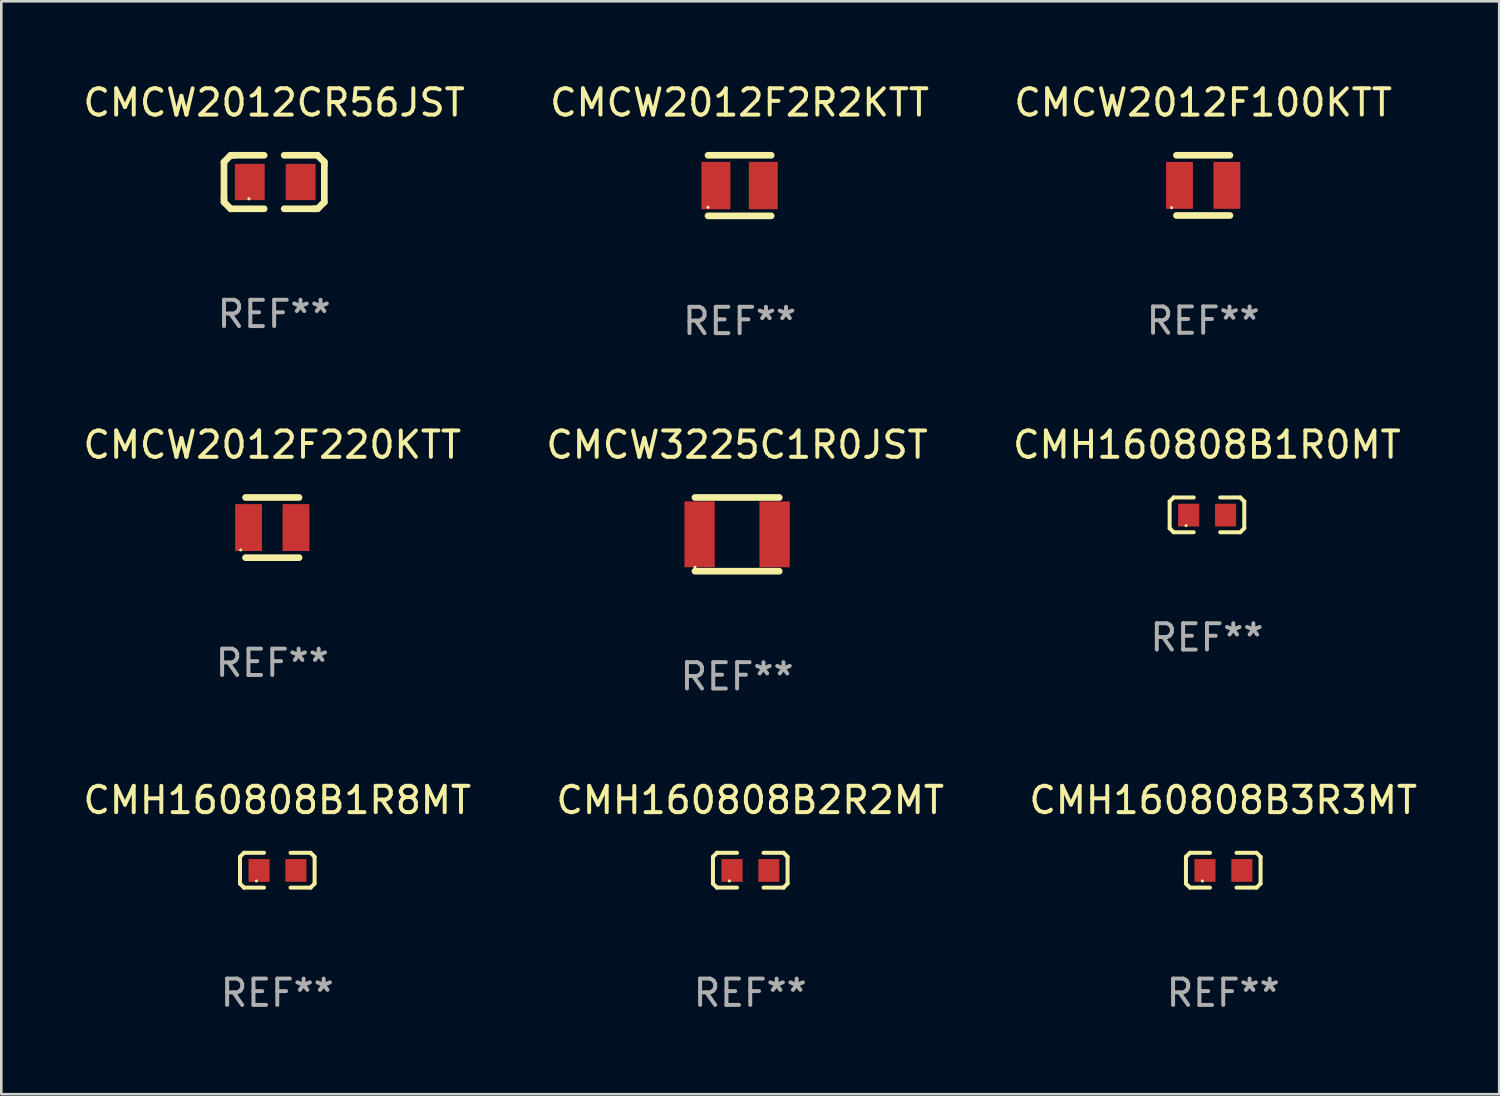
<source format=kicad_pcb>
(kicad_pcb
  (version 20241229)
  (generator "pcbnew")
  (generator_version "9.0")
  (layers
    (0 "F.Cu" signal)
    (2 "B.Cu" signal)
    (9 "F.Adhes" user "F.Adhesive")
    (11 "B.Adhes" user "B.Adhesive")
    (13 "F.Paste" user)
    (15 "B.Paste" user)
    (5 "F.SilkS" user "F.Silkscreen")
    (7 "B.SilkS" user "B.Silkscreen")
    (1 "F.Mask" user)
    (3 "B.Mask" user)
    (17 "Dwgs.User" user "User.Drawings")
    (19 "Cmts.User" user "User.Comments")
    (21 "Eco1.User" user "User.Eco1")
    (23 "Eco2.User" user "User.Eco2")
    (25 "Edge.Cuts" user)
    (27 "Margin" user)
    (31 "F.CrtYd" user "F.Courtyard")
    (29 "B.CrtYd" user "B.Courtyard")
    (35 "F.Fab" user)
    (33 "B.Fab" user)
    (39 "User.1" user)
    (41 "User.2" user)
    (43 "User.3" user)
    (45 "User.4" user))
  (footprint "CMCW3225C1R0JST"
    (layer "F.Cu")
    (at 24.946 17.245)
    (property "Reference" "CMCW3225C1R0JST" (at 0 -3.4 0) (layer "F.SilkS") (effects (font (size 1 1) (thickness 0.15))))
    (attr through_hole)
    (fp_line (start -1.6 -1.4) (end 1.6 -1.4) (stroke (width 0.254) (type solid)) (layer "F.SilkS"))
    (fp_line (start -1.6 1.4) (end 1.6 1.4) (stroke (width 0.254) (type solid)) (layer "F.SilkS"))
    (fp_circle (center -1.6 1.25) (end -1.57 1.25) (stroke (width 0.06) (type solid)) (fill no) (layer "F.SilkS"))
    (fp_text user "REF**" (at 0 5.4 0) (layer "F.Fab") (effects (font (size 1 1) (thickness 0.15))))
    (pad "1" smd rect (at -1.425 0 90) (size 2.5 1.15) (layers "F.Cu" "F.Mask" "F.Paste"))
    (pad "2" smd rect (at 1.425 0 90) (size 2.5 1.15) (layers "F.Cu" "F.Mask" "F.Paste")))
  (footprint "CMCW2012F220KTT"
    (layer "F.Cu")
    (at 7.292 16.988)
    (property "Reference" "CMCW2012F220KTT" (at 0 -3.143 0) (layer "F.SilkS") (effects (font (size 1 1) (thickness 0.15))))
    (attr through_hole)
    (fp_line (start -1.016 -1.143) (end 1.016 -1.143) (stroke (width 0.254) (type solid)) (layer "F.SilkS"))
    (fp_line (start -1.016 1.143) (end 1.016 1.143) (stroke (width 0.254) (type solid)) (layer "F.SilkS"))
    (fp_circle (center -1.2 0.85) (end -1.17 0.85) (stroke (width 0.06) (type solid)) (fill no) (layer "F.SilkS"))
    (fp_text user "REF**" (at 0 5.143 0) (layer "F.Fab") (effects (font (size 1 1) (thickness 0.15))))
    (pad "1" smd rect (at -0.9 0) (size 1.02 1.78) (layers "F.Cu" "F.Mask" "F.Paste"))
    (pad "2" smd rect (at 0.9 0) (size 1.02 1.78) (layers "F.Cu" "F.Mask" "F.Paste")))
  (footprint "CMH160808B1R8MT"
    (layer "F.Cu")
    (at 7.482 30.002)
    (property "Reference" "CMH160808B1R8MT" (at 0 -2.661 0) (layer "F.SilkS") (effects (font (size 1 1) (thickness 0.15))))
    (attr through_hole)
    (fp_line (start -1.417 -0.508) (end -1.265 -0.661) (stroke (width 0.152) (type solid)) (layer "F.SilkS"))
    (fp_line (start -1.417 0.508) (end -1.417 -0.508) (stroke (width 0.152) (type solid)) (layer "F.SilkS"))
    (fp_line (start -1.265 -0.661) (end -0.503 -0.661) (stroke (width 0.152) (type solid)) (layer "F.SilkS"))
    (fp_line (start -1.265 0.661) (end -1.417 0.508) (stroke (width 0.152) (type solid)) (layer "F.SilkS"))
    (fp_line (start -1.265 0.661) (end -0.503 0.661) (stroke (width 0.152) (type solid)) (layer "F.SilkS"))
    (fp_line (start 1.265 -0.661) (end 0.503 -0.661) (stroke (width 0.152) (type solid)) (layer "F.SilkS"))
    (fp_line (start 1.265 -0.661) (end 1.417 -0.508) (stroke (width 0.152) (type solid)) (layer "F.SilkS"))
    (fp_line (start 1.265 0.661) (end 0.503 0.661) (stroke (width 0.152) (type solid)) (layer "F.SilkS"))
    (fp_line (start 1.417 -0.508) (end 1.417 0.508) (stroke (width 0.152) (type solid)) (layer "F.SilkS"))
    (fp_line (start 1.417 0.508) (end 1.265 0.661) (stroke (width 0.152) (type solid)) (layer "F.SilkS"))
    (fp_circle (center -0.793 0.409) (end -0.763 0.409) (stroke (width 0.06) (type solid)) (fill no) (layer "F.SilkS"))
    (fp_text user "REF**" (at 0 4.661 0) (layer "F.Fab") (effects (font (size 1 1) (thickness 0.15))))
    (pad "1" smd rect (at -0.693 0.009 180) (size 0.8 0.864) (layers "F.Cu" "F.Mask" "F.Paste"))
    (pad "2" smd rect (at 0.707 0.009 180) (size 0.8 0.864) (layers "F.Cu" "F.Mask" "F.Paste")))
  (footprint "CMH160808B3R3MT"
    (layer "F.Cu")
    (at 43.411 30.002)
    (property "Reference" "CMH160808B3R3MT" (at 0 -2.661 0) (layer "F.SilkS") (effects (font (size 1 1) (thickness 0.15))))
    (attr through_hole)
    (fp_line (start -1.417 -0.508) (end -1.265 -0.661) (stroke (width 0.152) (type solid)) (layer "F.SilkS"))
    (fp_line (start -1.417 0.508) (end -1.417 -0.508) (stroke (width 0.152) (type solid)) (layer "F.SilkS"))
    (fp_line (start -1.265 -0.661) (end -0.503 -0.661) (stroke (width 0.152) (type solid)) (layer "F.SilkS"))
    (fp_line (start -1.265 0.661) (end -1.417 0.508) (stroke (width 0.152) (type solid)) (layer "F.SilkS"))
    (fp_line (start -1.265 0.661) (end -0.503 0.661) (stroke (width 0.152) (type solid)) (layer "F.SilkS"))
    (fp_line (start 1.265 -0.661) (end 0.503 -0.661) (stroke (width 0.152) (type solid)) (layer "F.SilkS"))
    (fp_line (start 1.265 -0.661) (end 1.417 -0.508) (stroke (width 0.152) (type solid)) (layer "F.SilkS"))
    (fp_line (start 1.265 0.661) (end 0.503 0.661) (stroke (width 0.152) (type solid)) (layer "F.SilkS"))
    (fp_line (start 1.417 -0.508) (end 1.417 0.508) (stroke (width 0.152) (type solid)) (layer "F.SilkS"))
    (fp_line (start 1.417 0.508) (end 1.265 0.661) (stroke (width 0.152) (type solid)) (layer "F.SilkS"))
    (fp_circle (center -0.793 0.409) (end -0.763 0.409) (stroke (width 0.06) (type solid)) (fill no) (layer "F.SilkS"))
    (fp_text user "REF**" (at 0 4.661 0) (layer "F.Fab") (effects (font (size 1 1) (thickness 0.15))))
    (pad "1" smd rect (at -0.693 0.009 180) (size 0.8 0.864) (layers "F.Cu" "F.Mask" "F.Paste"))
    (pad "2" smd rect (at 0.707 0.009 180) (size 0.8 0.864) (layers "F.Cu" "F.Mask" "F.Paste")))
  (footprint "CMH160808B1R0MT"
    (layer "F.Cu")
    (at 42.792 16.505)
    (property "Reference" "CMH160808B1R0MT" (at 0 -2.661 0) (layer "F.SilkS") (effects (font (size 1 1) (thickness 0.15))))
    (attr through_hole)
    (fp_line (start -1.417 -0.508) (end -1.265 -0.661) (stroke (width 0.152) (type solid)) (layer "F.SilkS"))
    (fp_line (start -1.417 0.508) (end -1.417 -0.508) (stroke (width 0.152) (type solid)) (layer "F.SilkS"))
    (fp_line (start -1.265 -0.661) (end -0.503 -0.661) (stroke (width 0.152) (type solid)) (layer "F.SilkS"))
    (fp_line (start -1.265 0.661) (end -1.417 0.508) (stroke (width 0.152) (type solid)) (layer "F.SilkS"))
    (fp_line (start -1.265 0.661) (end -0.503 0.661) (stroke (width 0.152) (type solid)) (layer "F.SilkS"))
    (fp_line (start 1.265 -0.661) (end 0.503 -0.661) (stroke (width 0.152) (type solid)) (layer "F.SilkS"))
    (fp_line (start 1.265 -0.661) (end 1.417 -0.508) (stroke (width 0.152) (type solid)) (layer "F.SilkS"))
    (fp_line (start 1.265 0.661) (end 0.503 0.661) (stroke (width 0.152) (type solid)) (layer "F.SilkS"))
    (fp_line (start 1.417 -0.508) (end 1.417 0.508) (stroke (width 0.152) (type solid)) (layer "F.SilkS"))
    (fp_line (start 1.417 0.508) (end 1.265 0.661) (stroke (width 0.152) (type solid)) (layer "F.SilkS"))
    (fp_circle (center -0.793 0.409) (end -0.763 0.409) (stroke (width 0.06) (type solid)) (fill no) (layer "F.SilkS"))
    (fp_text user "REF**" (at 0 4.661 0) (layer "F.Fab") (effects (font (size 1 1) (thickness 0.15))))
    (pad "1" smd rect (at -0.693 0.009 180) (size 0.8 0.864) (layers "F.Cu" "F.Mask" "F.Paste"))
    (pad "2" smd rect (at 0.707 0.009 180) (size 0.8 0.864) (layers "F.Cu" "F.Mask" "F.Paste")))
  (footprint "CMH160808B2R2MT"
    (layer "F.Cu")
    (at 25.446 30.002)
    (property "Reference" "CMH160808B2R2MT" (at 0 -2.661 0) (layer "F.SilkS") (effects (font (size 1 1) (thickness 0.15))))
    (attr through_hole)
    (fp_line (start -1.417 -0.508) (end -1.265 -0.661) (stroke (width 0.152) (type solid)) (layer "F.SilkS"))
    (fp_line (start -1.417 0.508) (end -1.417 -0.508) (stroke (width 0.152) (type solid)) (layer "F.SilkS"))
    (fp_line (start -1.265 -0.661) (end -0.503 -0.661) (stroke (width 0.152) (type solid)) (layer "F.SilkS"))
    (fp_line (start -1.265 0.661) (end -1.417 0.508) (stroke (width 0.152) (type solid)) (layer "F.SilkS"))
    (fp_line (start -1.265 0.661) (end -0.503 0.661) (stroke (width 0.152) (type solid)) (layer "F.SilkS"))
    (fp_line (start 1.265 -0.661) (end 0.503 -0.661) (stroke (width 0.152) (type solid)) (layer "F.SilkS"))
    (fp_line (start 1.265 -0.661) (end 1.417 -0.508) (stroke (width 0.152) (type solid)) (layer "F.SilkS"))
    (fp_line (start 1.265 0.661) (end 0.503 0.661) (stroke (width 0.152) (type solid)) (layer "F.SilkS"))
    (fp_line (start 1.417 -0.508) (end 1.417 0.508) (stroke (width 0.152) (type solid)) (layer "F.SilkS"))
    (fp_line (start 1.417 0.508) (end 1.265 0.661) (stroke (width 0.152) (type solid)) (layer "F.SilkS"))
    (fp_circle (center -0.793 0.409) (end -0.763 0.409) (stroke (width 0.06) (type solid)) (fill no) (layer "F.SilkS"))
    (fp_text user "REF**" (at 0 4.661 0) (layer "F.Fab") (effects (font (size 1 1) (thickness 0.15))))
    (pad "1" smd rect (at -0.693 0.009 180) (size 0.8 0.864) (layers "F.Cu" "F.Mask" "F.Paste"))
    (pad "2" smd rect (at 0.707 0.009 180) (size 0.8 0.864) (layers "F.Cu" "F.Mask" "F.Paste")))
  (footprint "CMCW2012F2R2KTT"
    (layer "F.Cu")
    (at 25.042 3.998)
    (property "Reference" "CMCW2012F2R2KTT" (at 0 -3.15 0) (layer "F.SilkS") (effects (font (size 1 1) (thickness 0.15))))
    (attr through_hole)
    (fp_line (start -1.2 -1.15) (end 1.2 -1.15) (stroke (width 0.254) (type solid)) (layer "F.SilkS"))
    (fp_line (start -1.2 1.15) (end 1.2 1.15) (stroke (width 0.254) (type solid)) (layer "F.SilkS"))
    (fp_circle (center -1.199 0.825) (end -1.169 0.825) (stroke (width 0.06) (type solid)) (fill no) (layer "F.SilkS"))
    (fp_text user "REF**" (at 0 5.15 0) (layer "F.Fab") (effects (font (size 1 1) (thickness 0.15))))
    (pad "1" smd rect (at -0.9 0) (size 1.1 1.8) (layers "F.Cu" "F.Mask" "F.Paste"))
    (pad "2" smd rect (at 0.9 0) (size 1.1 1.8) (layers "F.Cu" "F.Mask" "F.Paste")))
  (footprint "CMCW2012CR56JST"
    (layer "F.Cu")
    (at 7.363 3.864)
    (property "Reference" "CMCW2012CR56JST" (at 0 -3.016 0) (layer "F.SilkS") (effects (font (size 1 1) (thickness 0.15))))
    (attr through_hole)
    (fp_line (start -1.905 -0.762) (end -1.905 0.635) (stroke (width 0.254) (type solid)) (layer "F.SilkS"))
    (fp_line (start -1.905 0.635) (end -1.905 0.762) (stroke (width 0.254) (type solid)) (layer "F.SilkS"))
    (fp_line (start -1.905 0.762) (end -1.651 1.016) (stroke (width 0.254) (type solid)) (layer "F.SilkS"))
    (fp_line (start -1.651 -1.016) (end -1.905 -0.762) (stroke (width 0.254) (type solid)) (layer "F.SilkS"))
    (fp_line (start -1.651 1.016) (end -0.381 1.016) (stroke (width 0.254) (type solid)) (layer "F.SilkS"))
    (fp_line (start -1.524 -1.016) (end -1.651 -1.016) (stroke (width 0.254) (type solid)) (layer "F.SilkS"))
    (fp_line (start -0.381 -1.016) (end -1.524 -1.016) (stroke (width 0.254) (type solid)) (layer "F.SilkS"))
    (fp_line (start 0.381 1.016) (end 1.524 1.016) (stroke (width 0.254) (type solid)) (layer "F.SilkS"))
    (fp_line (start 1.524 1.016) (end 1.651 1.016) (stroke (width 0.254) (type solid)) (layer "F.SilkS"))
    (fp_line (start 1.651 -1.016) (end 0.381 -1.016) (stroke (width 0.254) (type solid)) (layer "F.SilkS"))
    (fp_line (start 1.651 1.016) (end 1.905 0.762) (stroke (width 0.254) (type solid)) (layer "F.SilkS"))
    (fp_line (start 1.905 -0.762) (end 1.651 -1.016) (stroke (width 0.254) (type solid)) (layer "F.SilkS"))
    (fp_line (start 1.905 -0.635) (end 1.905 -0.762) (stroke (width 0.254) (type solid)) (layer "F.SilkS"))
    (fp_line (start 1.905 0.762) (end 1.905 -0.635) (stroke (width 0.254) (type solid)) (layer "F.SilkS"))
    (fp_circle (center -0.96 0.637) (end -0.93 0.637) (stroke (width 0.06) (type solid)) (fill no) (layer "F.SilkS"))
    (fp_text user "REF**" (at 0 5.016 0) (layer "F.Fab") (effects (font (size 1 1) (thickness 0.15))))
    (pad "1" smd rect (at -0.926 -0.000051) (size 1.133 1.377) (layers "F.Cu" "F.Mask" "F.Paste"))
    (pad "2" smd rect (at 1.006 -0.000051) (size 1.133 1.377) (layers "F.Cu" "F.Mask" "F.Paste")))
  (footprint "CMCW2012F100KTT"
    (layer "F.Cu")
    (at 42.649 3.991)
    (property "Reference" "CMCW2012F100KTT" (at 0 -3.143 0) (layer "F.SilkS") (effects (font (size 1 1) (thickness 0.15))))
    (attr through_hole)
    (fp_line (start -1.016 -1.143) (end 1.016 -1.143) (stroke (width 0.254) (type solid)) (layer "F.SilkS"))
    (fp_line (start -1.016 1.143) (end 1.016 1.143) (stroke (width 0.254) (type solid)) (layer "F.SilkS"))
    (fp_circle (center -1.2 0.85) (end -1.17 0.85) (stroke (width 0.06) (type solid)) (fill no) (layer "F.SilkS"))
    (fp_text user "REF**" (at 0 5.143 0) (layer "F.Fab") (effects (font (size 1 1) (thickness 0.15))))
    (pad "1" smd rect (at -0.9 0) (size 1.02 1.78) (layers "F.Cu" "F.Mask" "F.Paste"))
    (pad "2" smd rect (at 0.9 0) (size 1.02 1.78) (layers "F.Cu" "F.Mask" "F.Paste")))
  (gr_rect
    (start -3 -3)
    (end 53.893 38.511)
    (stroke (width 0.1) (type default))
    (fill no)
    (layer "Edge.Cuts")))
</source>
